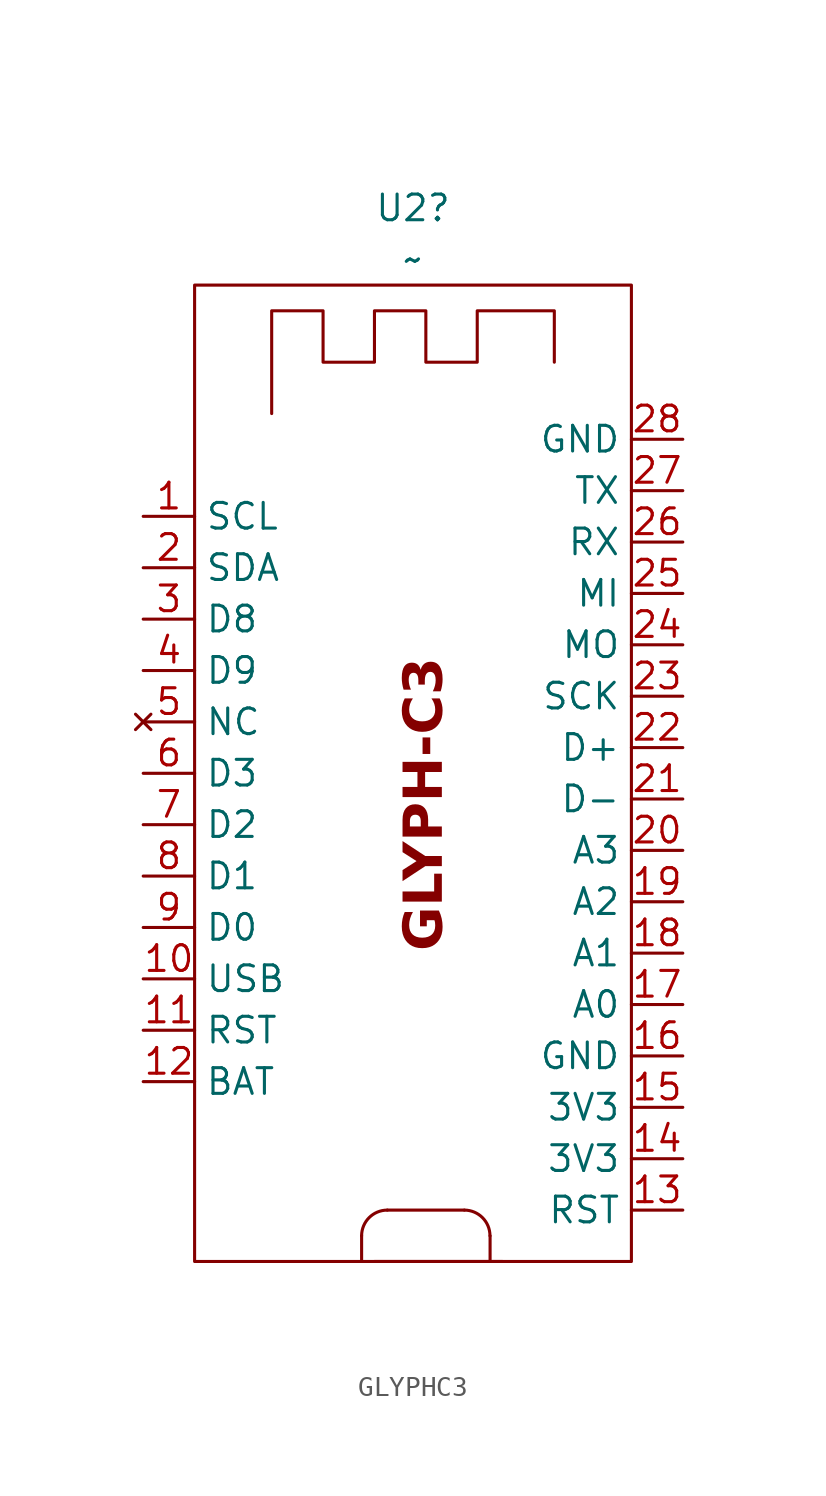
<source format=kicad_sym>
(kicad_symbol_lib
  (version 20241209)
  (generator "kicad_symbol_editor")
  (generator_version "9.0")
  (symbol "GLYPHC3"
    (property "Reference" "U2"
      (at -0.635 29.21 0)
      (effects (font (size 1.27 1.27))))
    (property "Value" "~"
      (at -0.635 26.67 0)
      (effects (font (size 1.27 1.27))))
    (symbol "GLYPHC3_0_1"
      (rectangle (start -11.43 25.4) (end 10.16 -22.86) (stroke (width 0) (type default)) (fill (type none)))
      (polyline (pts (xy -7.62 19.05) (xy -7.62 24.13) (xy -5.08 24.13) (xy -5.08 21.59) (xy -2.54 21.59) (xy -2.54 24.13) (xy 0 24.13) (xy 0 21.59) (xy 2.54 21.59) (xy 2.54 24.13) (xy 6.35 24.13) (xy 6.35 21.59)) (stroke (width 0) (type default)) (fill (type none)))
      (polyline (pts (xy -3.175 -21.59) (xy -3.175 -22.86)) (stroke (width 0) (type default)) (fill (type none)))
      (polyline (pts (xy -2.54 -22.86) (xy 3.81 -22.86)) (stroke (width 0) (type default)) (fill (type none)))
      (arc (start -3.175 -21.59) (mid -2.803 -20.692) (end -1.905 -20.32) (stroke (width 0) (type default)) (fill (type none)))
      (polyline (pts (xy 1.905 -20.32) (xy -1.905 -20.32)) (stroke (width 0) (type default)) (fill (type none)))
      (arc (start 1.9051 -20.3199) (mid 2.8031 -20.6919) (end 3.1751 -21.5899) (stroke (width 0) (type default)) (fill (type none)))
      (polyline (pts (xy 3.175 -21.59) (xy 3.175 -22.86)) (stroke (width 0) (type default)) (fill (type none)))
      (rectangle (start 3.81 -22.86) (end 3.81 -22.86) (stroke (width 0) (type default)) (fill (type none))))
    (symbol "GLYPHC3_1_0"
      (pin power_in line (at -13.97 -8.89 0) (length 2.54) (name "USB" (effects (font (size 1.27 1.27)))) (number "10" (effects (font (size 1.27 1.27)))))
      (pin passive line (at -13.97 -11.43 0) (length 2.54) (name "RST" (effects (font (size 1.27 1.27)))) (number "11" (effects (font (size 1.27 1.27)))))
      (pin power_in line (at -13.97 -13.97 0) (length 2.54) (name "BAT" (effects (font (size 1.27 1.27)))) (number "12" (effects (font (size 1.27 1.27)))))
      (pin power_in line (at 12.7 17.78 180) (length 2.54) (name "GND" (effects (font (size 1.27 1.27)))) (number "28" (effects (font (size 1.27 1.27)))))
      (pin bidirectional line (at 12.7 15.24 180) (length 2.54) (name "TX" (effects (font (size 1.27 1.27)))) (number "27" (effects (font (size 1.27 1.27)))))
      (pin bidirectional line (at 12.7 12.7 180) (length 2.54) (name "RX" (effects (font (size 1.27 1.27)))) (number "26" (effects (font (size 1.27 1.27)))))
      (pin bidirectional line (at 12.7 10.16 180) (length 2.54) (name "MI" (effects (font (size 1.27 1.27)))) (number "25" (effects (font (size 1.27 1.27)))))
      (pin bidirectional line (at 12.7 7.62 180) (length 2.54) (name "MO" (effects (font (size 1.27 1.27)))) (number "24" (effects (font (size 1.27 1.27)))))
      (pin bidirectional line (at 12.7 5.08 180) (length 2.54) (name "SCK" (effects (font (size 1.27 1.27)))) (number "23" (effects (font (size 1.27 1.27)))))
      (pin bidirectional line (at 12.7 2.54 180) (length 2.54) (name "D+" (effects (font (size 1.27 1.27)))) (number "22" (effects (font (size 1.27 1.27)))))
      (pin bidirectional line (at 12.7 0 180) (length 2.54) (name "D-" (effects (font (size 1.27 1.27)))) (number "21" (effects (font (size 1.27 1.27)))))
      (pin bidirectional line (at 12.7 -2.54 180) (length 2.54) (name "A3" (effects (font (size 1.27 1.27)))) (number "20" (effects (font (size 1.27 1.27)))))
      (pin bidirectional line (at 12.7 -5.08 180) (length 2.54) (name "A2" (effects (font (size 1.27 1.27)))) (number "19" (effects (font (size 1.27 1.27)))))
      (pin bidirectional line (at 12.7 -7.62 180) (length 2.54) (name "A1" (effects (font (size 1.27 1.27)))) (number "18" (effects (font (size 1.27 1.27)))))
      (pin bidirectional line (at 12.7 -10.16 180) (length 2.54) (name "A0" (effects (font (size 1.27 1.27)))) (number "17" (effects (font (size 1.27 1.27)))))
      (pin power_in line (at 12.7 -12.7 180) (length 2.54) (name "GND" (effects (font (size 1.27 1.27)))) (number "16" (effects (font (size 1.27 1.27)))))
      (pin power_in line (at 12.7 -15.24 180) (length 2.54) (name "3V3" (effects (font (size 1.27 1.27)))) (number "15" (effects (font (size 1.27 1.27)))))
      (pin power_in line (at 12.7 -17.78 180) (length 2.54) (name "3V3" (effects (font (size 1.27 1.27)))) (number "14" (effects (font (size 1.27 1.27)))))
      (pin passive line (at 12.7 -20.32 180) (length 2.54) (name "RST" (effects (font (size 1.27 1.27)))) (number "13" (effects (font (size 1.27 1.27))))))
    (symbol "GLYPHC3_1_1"
      (text "GLYPH-C3" (at 0 -0.254 900) (effects (font (face "Lexend") (size 1.905 1.905) (bold yes))))
      (pin bidirectional line (at -13.97 13.97 0) (length 2.54) (name "SCL" (effects (font (size 1.27 1.27)))) (number "1" (effects (font (size 1.27 1.27)))))
      (pin bidirectional line (at -13.97 11.43 0) (length 2.54) (name "SDA" (effects (font (size 1.27 1.27)))) (number "2" (effects (font (size 1.27 1.27)))))
      (pin bidirectional line (at -13.97 8.89 0) (length 2.54) (name "D8" (effects (font (size 1.27 1.27)))) (number "3" (effects (font (size 1.27 1.27)))))
      (pin bidirectional line (at -13.97 6.35 0) (length 2.54) (name "D9" (effects (font (size 1.27 1.27)))) (number "4" (effects (font (size 1.27 1.27)))))
      (pin no_connect line (at -13.97 3.81 0) (length 2.54) (name "NC" (effects (font (size 1.27 1.27)))) (number "5" (effects (font (size 1.27 1.27)))))
      (pin bidirectional line (at -13.97 1.27 0) (length 2.54) (name "D3" (effects (font (size 1.27 1.27)))) (number "6" (effects (font (size 1.27 1.27)))))
      (pin bidirectional line (at -13.97 -1.27 0) (length 2.54) (name "D2" (effects (font (size 1.27 1.27)))) (number "7" (effects (font (size 1.27 1.27)))))
      (pin bidirectional line (at -13.97 -3.81 0) (length 2.54) (name "D1" (effects (font (size 1.27 1.27)))) (number "8" (effects (font (size 1.27 1.27)))))
      (pin bidirectional line (at -13.97 -6.35 0) (length 2.54) (name "D0" (effects (font (size 1.27 1.27)))) (number "9" (effects (font (size 1.27 1.27))))))))
</source>
